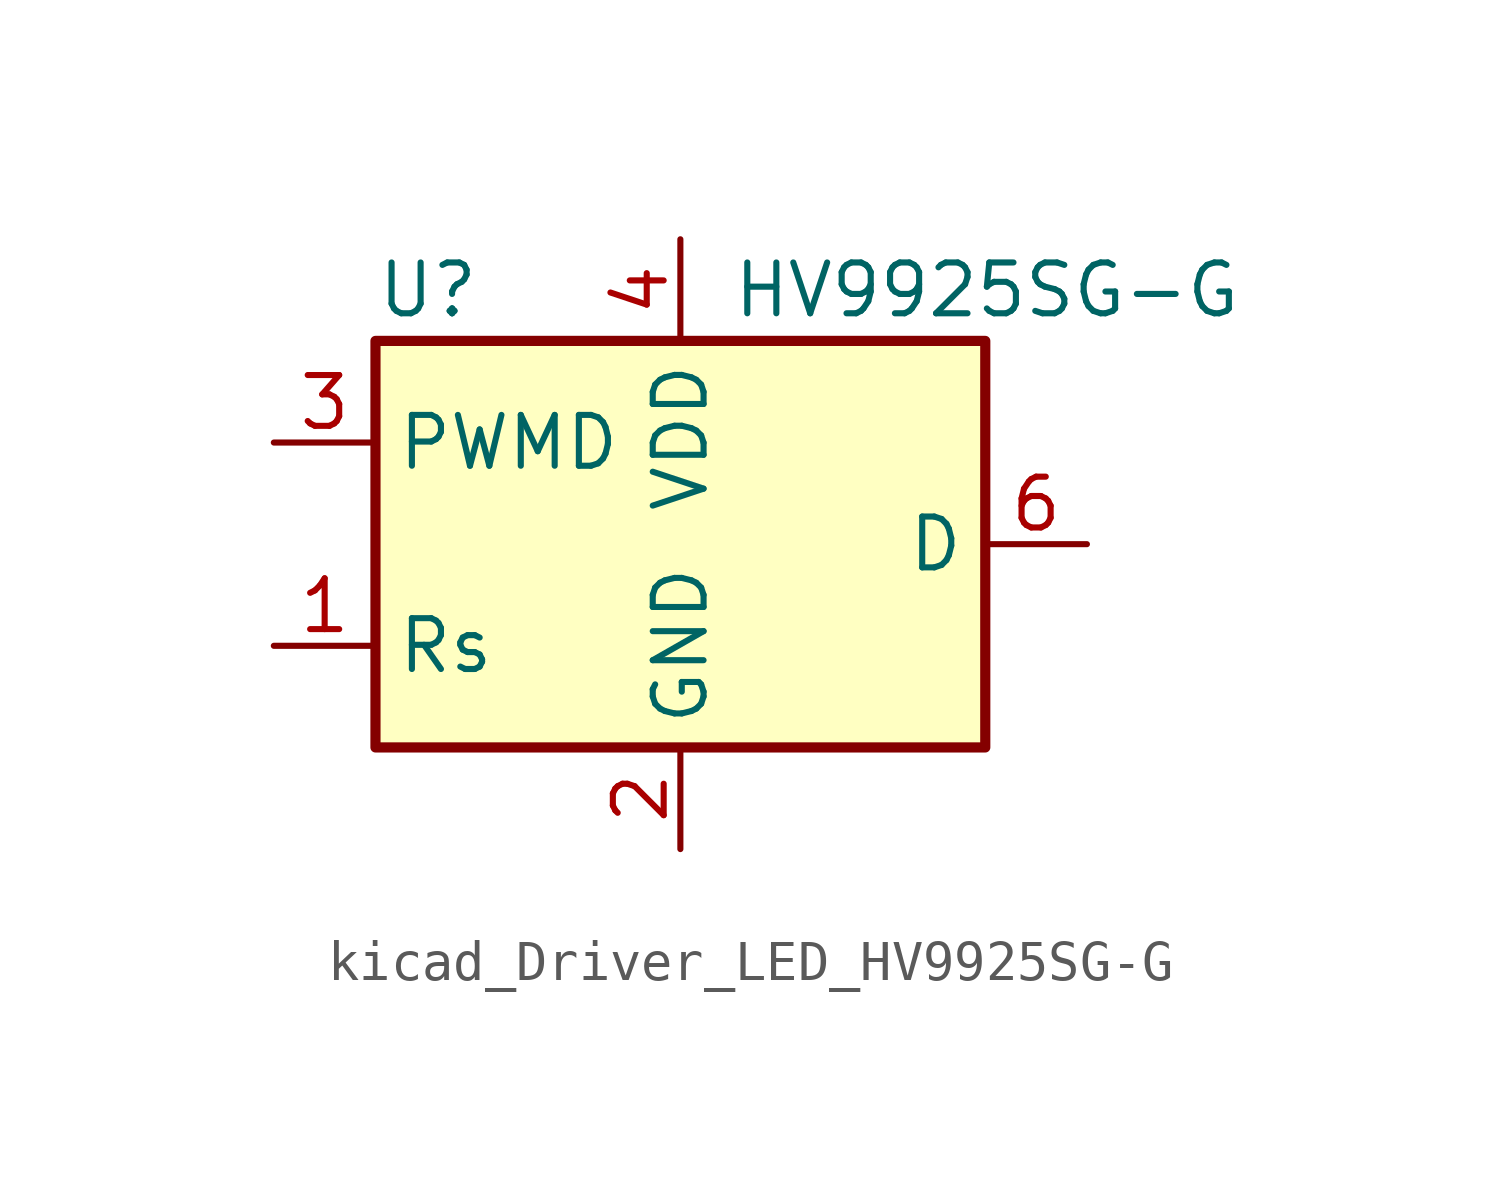
<source format=kicad_sym>
(kicad_symbol_lib
  (version 20220914)
  (generator kicad_symbol_editor)
  (symbol "kicad_Driver_LED_HV9925SG-G"
    (property "Reference" "U"
      (at -7.62 6.35 0)
      (effects (font (size 1.27 1.27)) (justify left)))
    (property "Value" "HV9925SG-G"
      (at 1.27 6.35 0)
      (effects (font (size 1.27 1.27)) (justify left)))
    (symbol "kicad_Driver_LED_HV9925SG-G_0_1"
      (rectangle (start -7.62 5.08) (end 7.62 -5.08) (stroke (width 0.254) (type default)) (fill (type background))))
    (symbol "kicad_Driver_LED_HV9925SG-G_1_1"
      (pin passive line (at -10.16 -2.54 0) (length 2.54) (name "Rs" (effects (font (size 1.27 1.27)))) (number "1" (effects (font (size 1.27 1.27)))))
      (pin power_in line (at 0 -7.62 90) (length 2.54) (name "GND" (effects (font (size 1.27 1.27)))) (number "2" (effects (font (size 1.27 1.27)))))
      (pin input line (at -10.16 2.54 0) (length 2.54) (name "PWMD" (effects (font (size 1.27 1.27)))) (number "3" (effects (font (size 1.27 1.27)))))
      (pin power_out line (at 0 7.62 270) (length 2.54) (name "VDD" (effects (font (size 1.27 1.27)))) (number "4" (effects (font (size 1.27 1.27)))))
      (pin no_connect line (at -7.62 0 0) (length 2.54) hide (name "NC" (effects (font (size 1.27 1.27)))) (number "5" (effects (font (size 1.27 1.27)))))
      (pin input line (at 10.16 0 180) (length 2.54) (name "D" (effects (font (size 1.27 1.27)))) (number "6" (effects (font (size 1.27 1.27)))))
      (pin input line (at 10.16 0 180) (length 2.54) hide (name "D" (effects (font (size 1.27 1.27)))) (number "7" (effects (font (size 1.27 1.27)))))
      (pin input line (at 10.16 0 180) (length 2.54) hide (name "D" (effects (font (size 1.27 1.27)))) (number "8" (effects (font (size 1.27 1.27))))))))
</source>
